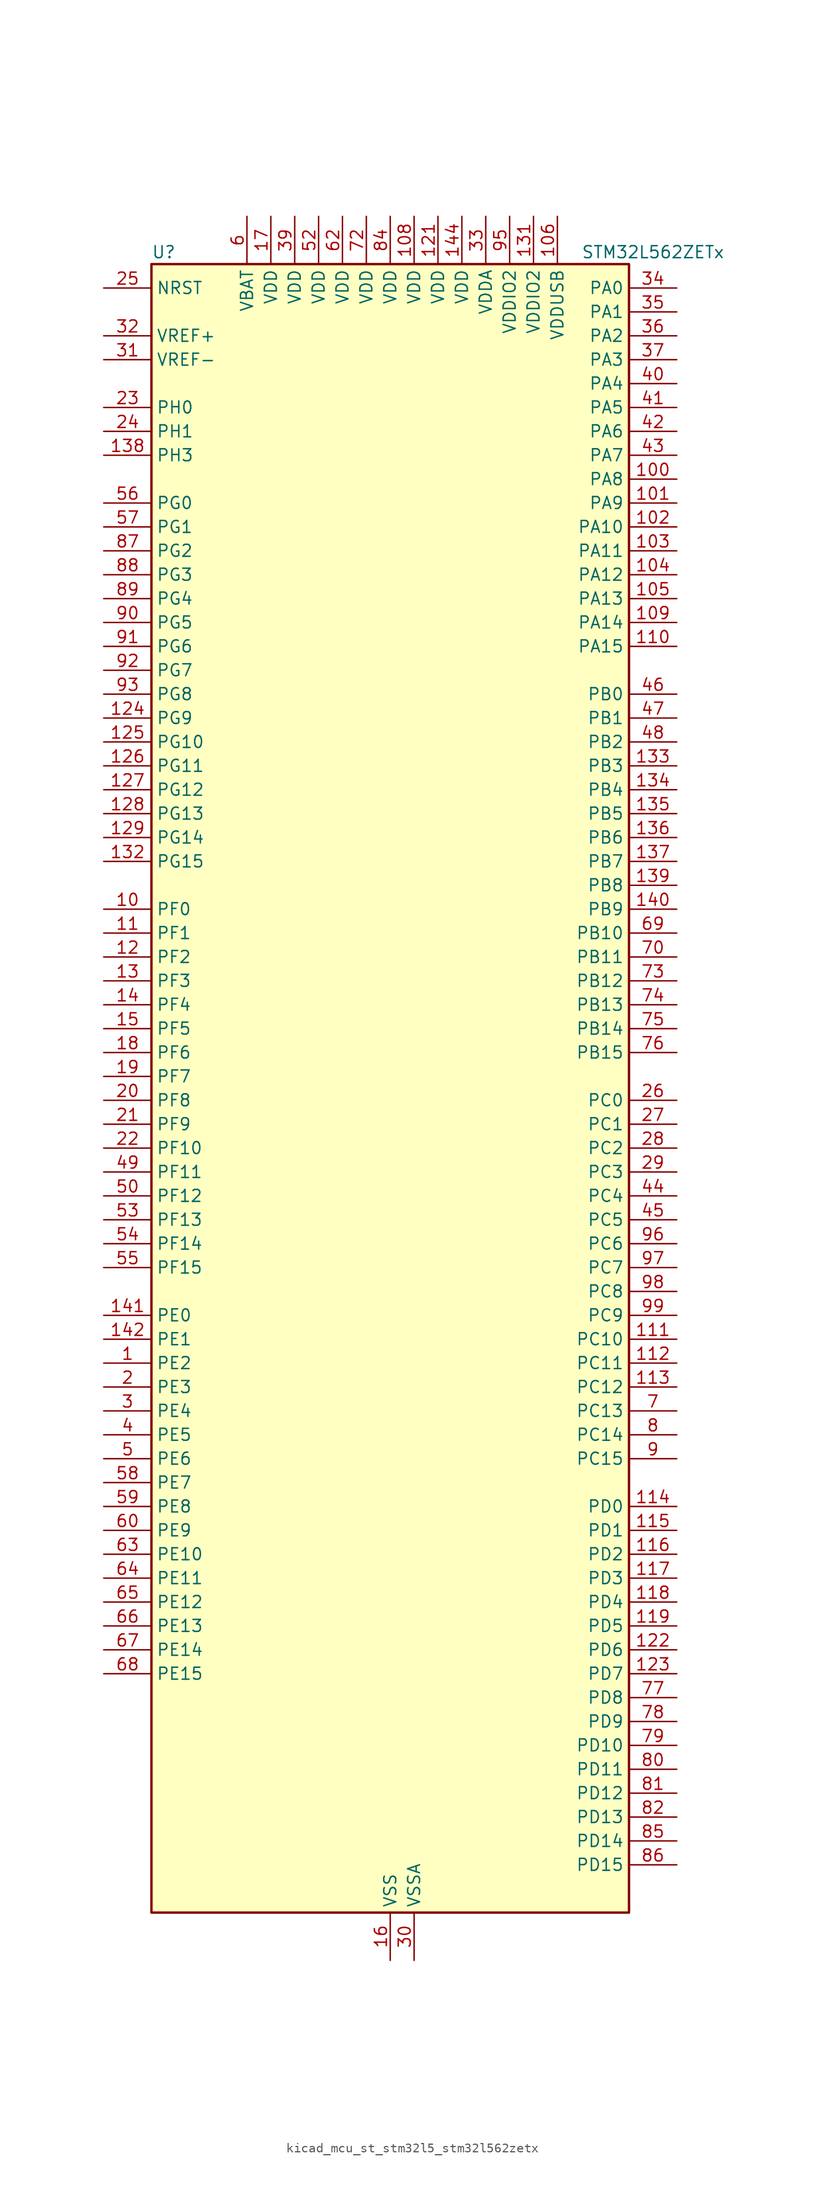
<source format=kicad_sym>
(kicad_symbol_lib
  (version 20220914)
  (generator kicad_symbol_editor)
  (symbol "kicad_mcu_st_stm32l5_stm32l562zetx"
    (property "Reference" "U"
      (at -25.4 90.17 0)
      (effects (font (size 1.27 1.27)) (justify left)))
    (property "Value" "STM32L562ZETx"
      (at 20.32 90.17 0)
      (effects (font (size 1.27 1.27)) (justify left)))
    (property "ki_locked" ""
      (at 0 0 0)
      (effects (font (size 1.27 1.27))))
    (symbol "kicad_mcu_st_stm32l5_stm32l562zetx_0_1"
      (rectangle (start -25.4 -86.36) (end 25.4 88.9) (stroke (width 0.254) (type default)) (fill (type background))))
    (symbol "kicad_mcu_st_stm32l5_stm32l562zetx_1_1"
      (pin bidirectional line (at -30.48 -27.94 0) (length 5.08) (name "PE2" (effects (font (size 1.27 1.27)))) (number "1" (effects (font (size 1.27 1.27)))) (alternate "DEBUG_TRACECLK" bidirectional line) (alternate "FMC_A23" bidirectional line) (alternate "SAI1_CK1" bidirectional line) (alternate "SAI1_MCLK_A" bidirectional line) (alternate "TIM3_ETR" bidirectional line) (alternate "TSC_G7_IO1" bidirectional line))
      (pin bidirectional line (at -30.48 20.32 0) (length 5.08) (name "PF0" (effects (font (size 1.27 1.27)))) (number "10" (effects (font (size 1.27 1.27)))) (alternate "FMC_A0" bidirectional line) (alternate "I2C2_SDA" bidirectional line))
      (pin bidirectional line (at 30.48 66.04 180) (length 5.08) (name "PA8" (effects (font (size 1.27 1.27)))) (number "100" (effects (font (size 1.27 1.27)))) (alternate "LPTIM2_OUT" bidirectional line) (alternate "RCC_MCO" bidirectional line) (alternate "SAI1_CK2" bidirectional line) (alternate "SAI1_SCK_A" bidirectional line) (alternate "TIM1_CH1" bidirectional line) (alternate "USART1_CK" bidirectional line))
      (pin bidirectional line (at 30.48 63.5 180) (length 5.08) (name "PA9" (effects (font (size 1.27 1.27)))) (number "101" (effects (font (size 1.27 1.27)))) (alternate "DAC1_EXTI9" bidirectional line) (alternate "SAI1_FS_A" bidirectional line) (alternate "SPI2_SCK" bidirectional line) (alternate "TIM15_BKIN" bidirectional line) (alternate "TIM1_CH2" bidirectional line) (alternate "USART1_TX" bidirectional line))
      (pin bidirectional line (at 30.48 60.96 180) (length 5.08) (name "PA10" (effects (font (size 1.27 1.27)))) (number "102" (effects (font (size 1.27 1.27)))) (alternate "CRS_SYNC" bidirectional line) (alternate "SAI1_D1" bidirectional line) (alternate "SAI1_SD_A" bidirectional line) (alternate "TIM17_BKIN" bidirectional line) (alternate "TIM1_CH3" bidirectional line) (alternate "USART1_RX" bidirectional line))
      (pin bidirectional line (at 30.48 58.42 180) (length 5.08) (name "PA11" (effects (font (size 1.27 1.27)))) (number "103" (effects (font (size 1.27 1.27)))) (alternate "ADC1_EXTI11" bidirectional line) (alternate "ADC2_EXTI11" bidirectional line) (alternate "FDCAN1_RX" bidirectional line) (alternate "SPI1_MISO" bidirectional line) (alternate "TIM1_BKIN2" bidirectional line) (alternate "TIM1_CH4" bidirectional line) (alternate "USART1_CTS" bidirectional line) (alternate "USART1_NSS" bidirectional line) (alternate "USB_DM" bidirectional line))
      (pin bidirectional line (at 30.48 55.88 180) (length 5.08) (name "PA12" (effects (font (size 1.27 1.27)))) (number "104" (effects (font (size 1.27 1.27)))) (alternate "FDCAN1_TX" bidirectional line) (alternate "SPI1_MOSI" bidirectional line) (alternate "TIM1_ETR" bidirectional line) (alternate "USART1_DE" bidirectional line) (alternate "USART1_RTS" bidirectional line) (alternate "USB_DP" bidirectional line))
      (pin bidirectional line (at 30.48 53.34 180) (length 5.08) (name "PA13" (effects (font (size 1.27 1.27)))) (number "105" (effects (font (size 1.27 1.27)))) (alternate "DEBUG_JTMS-SWDIO" bidirectional line) (alternate "IR_OUT" bidirectional line) (alternate "SAI1_SD_B" bidirectional line) (alternate "USB_NOE" bidirectional line))
      (pin power_in line (at 17.78 93.98 270) (length 5.08) (name "VDDUSB" (effects (font (size 1.27 1.27)))) (number "106" (effects (font (size 1.27 1.27)))))
      (pin passive line (at 0 -91.44 90) (length 5.08) hide (name "VSS" (effects (font (size 1.27 1.27)))) (number "107" (effects (font (size 1.27 1.27)))))
      (pin power_in line (at 2.54 93.98 270) (length 5.08) (name "VDD" (effects (font (size 1.27 1.27)))) (number "108" (effects (font (size 1.27 1.27)))))
      (pin bidirectional line (at 30.48 50.8 180) (length 5.08) (name "PA14" (effects (font (size 1.27 1.27)))) (number "109" (effects (font (size 1.27 1.27)))) (alternate "DEBUG_JTCK-SWCLK" bidirectional line) (alternate "I2C1_SMBA" bidirectional line) (alternate "I2C4_SMBA" bidirectional line) (alternate "LPTIM1_OUT" bidirectional line) (alternate "SAI1_FS_B" bidirectional line))
      (pin bidirectional line (at -30.48 17.78 0) (length 5.08) (name "PF1" (effects (font (size 1.27 1.27)))) (number "11" (effects (font (size 1.27 1.27)))) (alternate "FMC_A1" bidirectional line) (alternate "I2C2_SCL" bidirectional line))
      (pin bidirectional line (at 30.48 48.26 180) (length 5.08) (name "PA15" (effects (font (size 1.27 1.27)))) (number "110" (effects (font (size 1.27 1.27)))) (alternate "ADC1_EXTI15" bidirectional line) (alternate "ADC2_EXTI15" bidirectional line) (alternate "DEBUG_JTDI" bidirectional line) (alternate "SAI2_FS_B" bidirectional line) (alternate "SPI1_NSS" bidirectional line) (alternate "SPI3_NSS" bidirectional line) (alternate "TIM2_CH1" bidirectional line) (alternate "TIM2_ETR" bidirectional line) (alternate "UART4_DE" bidirectional line) (alternate "UART4_RTS" bidirectional line) (alternate "UCPD1_CC1" bidirectional line) (alternate "USART2_RX" bidirectional line) (alternate "USART3_DE" bidirectional line) (alternate "USART3_RTS" bidirectional line))
      (pin bidirectional line (at 30.48 -25.4 180) (length 5.08) (name "PC10" (effects (font (size 1.27 1.27)))) (number "111" (effects (font (size 1.27 1.27)))) (alternate "DEBUG_TRACED1" bidirectional line) (alternate "LPTIM3_ETR" bidirectional line) (alternate "SAI2_SCK_B" bidirectional line) (alternate "SDMMC1_D2" bidirectional line) (alternate "SPI3_SCK" bidirectional line) (alternate "TSC_G3_IO2" bidirectional line) (alternate "UART4_TX" bidirectional line) (alternate "USART3_TX" bidirectional line))
      (pin bidirectional line (at 30.48 -27.94 180) (length 5.08) (name "PC11" (effects (font (size 1.27 1.27)))) (number "112" (effects (font (size 1.27 1.27)))) (alternate "ADC1_EXTI11" bidirectional line) (alternate "ADC2_EXTI11" bidirectional line) (alternate "LPTIM3_IN1" bidirectional line) (alternate "OCTOSPI1_NCS" bidirectional line) (alternate "SAI2_MCLK_B" bidirectional line) (alternate "SDMMC1_D3" bidirectional line) (alternate "SPI3_MISO" bidirectional line) (alternate "TSC_G3_IO3" bidirectional line) (alternate "UART4_RX" bidirectional line) (alternate "UCPD1_FRSTX2" bidirectional line) (alternate "USART3_RX" bidirectional line))
      (pin bidirectional line (at 30.48 -30.48 180) (length 5.08) (name "PC12" (effects (font (size 1.27 1.27)))) (number "113" (effects (font (size 1.27 1.27)))) (alternate "DEBUG_TRACED3" bidirectional line) (alternate "SAI2_SD_B" bidirectional line) (alternate "SDMMC1_CK" bidirectional line) (alternate "SPI3_MOSI" bidirectional line) (alternate "TSC_G3_IO4" bidirectional line) (alternate "UART5_TX" bidirectional line) (alternate "USART3_CK" bidirectional line))
      (pin bidirectional line (at 30.48 -43.18 180) (length 5.08) (name "PD0" (effects (font (size 1.27 1.27)))) (number "114" (effects (font (size 1.27 1.27)))) (alternate "FDCAN1_RX" bidirectional line) (alternate "FMC_D2" bidirectional line) (alternate "FMC_DA2" bidirectional line) (alternate "SPI2_NSS" bidirectional line))
      (pin bidirectional line (at 30.48 -45.72 180) (length 5.08) (name "PD1" (effects (font (size 1.27 1.27)))) (number "115" (effects (font (size 1.27 1.27)))) (alternate "FDCAN1_TX" bidirectional line) (alternate "FMC_D3" bidirectional line) (alternate "FMC_DA3" bidirectional line) (alternate "SPI2_SCK" bidirectional line))
      (pin bidirectional line (at 30.48 -48.26 180) (length 5.08) (name "PD2" (effects (font (size 1.27 1.27)))) (number "116" (effects (font (size 1.27 1.27)))) (alternate "DEBUG_TRACED2" bidirectional line) (alternate "SDMMC1_CMD" bidirectional line) (alternate "TIM3_ETR" bidirectional line) (alternate "TSC_SYNC" bidirectional line) (alternate "UART5_RX" bidirectional line) (alternate "USART3_DE" bidirectional line) (alternate "USART3_RTS" bidirectional line))
      (pin bidirectional line (at 30.48 -50.8 180) (length 5.08) (name "PD3" (effects (font (size 1.27 1.27)))) (number "117" (effects (font (size 1.27 1.27)))) (alternate "DFSDM1_DATIN0" bidirectional line) (alternate "FMC_CLK" bidirectional line) (alternate "SPI2_MISO" bidirectional line) (alternate "SPI2_SCK" bidirectional line) (alternate "USART2_CTS" bidirectional line) (alternate "USART2_NSS" bidirectional line))
      (pin bidirectional line (at 30.48 -53.34 180) (length 5.08) (name "PD4" (effects (font (size 1.27 1.27)))) (number "118" (effects (font (size 1.27 1.27)))) (alternate "DFSDM1_CKIN0" bidirectional line) (alternate "FMC_NOE" bidirectional line) (alternate "OCTOSPI1_IO4" bidirectional line) (alternate "SPI2_MOSI" bidirectional line) (alternate "USART2_DE" bidirectional line) (alternate "USART2_RTS" bidirectional line))
      (pin bidirectional line (at 30.48 -55.88 180) (length 5.08) (name "PD5" (effects (font (size 1.27 1.27)))) (number "119" (effects (font (size 1.27 1.27)))) (alternate "FMC_NWE" bidirectional line) (alternate "OCTOSPI1_IO5" bidirectional line) (alternate "USART2_TX" bidirectional line))
      (pin bidirectional line (at -30.48 15.24 0) (length 5.08) (name "PF2" (effects (font (size 1.27 1.27)))) (number "12" (effects (font (size 1.27 1.27)))) (alternate "FMC_A2" bidirectional line) (alternate "I2C2_SMBA" bidirectional line))
      (pin passive line (at 0 -91.44 90) (length 5.08) hide (name "VSS" (effects (font (size 1.27 1.27)))) (number "120" (effects (font (size 1.27 1.27)))))
      (pin power_in line (at 5.08 93.98 270) (length 5.08) (name "VDD" (effects (font (size 1.27 1.27)))) (number "121" (effects (font (size 1.27 1.27)))))
      (pin bidirectional line (at 30.48 -58.42 180) (length 5.08) (name "PD6" (effects (font (size 1.27 1.27)))) (number "122" (effects (font (size 1.27 1.27)))) (alternate "DFSDM1_DATIN1" bidirectional line) (alternate "FMC_NWAIT" bidirectional line) (alternate "OCTOSPI1_IO6" bidirectional line) (alternate "SAI1_D1" bidirectional line) (alternate "SAI1_SD_A" bidirectional line) (alternate "SPI3_MOSI" bidirectional line) (alternate "USART2_RX" bidirectional line))
      (pin bidirectional line (at 30.48 -60.96 180) (length 5.08) (name "PD7" (effects (font (size 1.27 1.27)))) (number "123" (effects (font (size 1.27 1.27)))) (alternate "DFSDM1_CKIN1" bidirectional line) (alternate "FMC_NCE" bidirectional line) (alternate "FMC_NE1" bidirectional line) (alternate "OCTOSPI1_IO7" bidirectional line) (alternate "USART2_CK" bidirectional line))
      (pin bidirectional line (at -30.48 40.64 0) (length 5.08) (name "PG9" (effects (font (size 1.27 1.27)))) (number "124" (effects (font (size 1.27 1.27)))) (alternate "DAC1_EXTI9" bidirectional line) (alternate "FMC_NCE" bidirectional line) (alternate "FMC_NE2" bidirectional line) (alternate "SAI2_SCK_A" bidirectional line) (alternate "SPI3_SCK" bidirectional line) (alternate "TIM15_CH1N" bidirectional line) (alternate "USART1_TX" bidirectional line))
      (pin bidirectional line (at -30.48 38.1 0) (length 5.08) (name "PG10" (effects (font (size 1.27 1.27)))) (number "125" (effects (font (size 1.27 1.27)))) (alternate "FMC_NE3" bidirectional line) (alternate "LPTIM1_IN1" bidirectional line) (alternate "SAI2_FS_A" bidirectional line) (alternate "SPI3_MISO" bidirectional line) (alternate "TIM15_CH1" bidirectional line) (alternate "USART1_RX" bidirectional line))
      (pin bidirectional line (at -30.48 35.56 0) (length 5.08) (name "PG11" (effects (font (size 1.27 1.27)))) (number "126" (effects (font (size 1.27 1.27)))) (alternate "ADC1_EXTI11" bidirectional line) (alternate "ADC2_EXTI11" bidirectional line) (alternate "LPTIM1_IN2" bidirectional line) (alternate "OCTOSPI1_IO5" bidirectional line) (alternate "SAI2_MCLK_A" bidirectional line) (alternate "SPI3_MOSI" bidirectional line) (alternate "TIM15_CH2" bidirectional line) (alternate "USART1_CTS" bidirectional line) (alternate "USART1_NSS" bidirectional line))
      (pin bidirectional line (at -30.48 33.02 0) (length 5.08) (name "PG12" (effects (font (size 1.27 1.27)))) (number "127" (effects (font (size 1.27 1.27)))) (alternate "FMC_NE4" bidirectional line) (alternate "LPTIM1_ETR" bidirectional line) (alternate "SAI2_SD_A" bidirectional line) (alternate "SPI3_NSS" bidirectional line) (alternate "USART1_DE" bidirectional line) (alternate "USART1_RTS" bidirectional line))
      (pin bidirectional line (at -30.48 30.48 0) (length 5.08) (name "PG13" (effects (font (size 1.27 1.27)))) (number "128" (effects (font (size 1.27 1.27)))) (alternate "FMC_A24" bidirectional line) (alternate "I2C1_SDA" bidirectional line) (alternate "USART1_CK" bidirectional line))
      (pin bidirectional line (at -30.48 27.94 0) (length 5.08) (name "PG14" (effects (font (size 1.27 1.27)))) (number "129" (effects (font (size 1.27 1.27)))) (alternate "FMC_A25" bidirectional line) (alternate "I2C1_SCL" bidirectional line))
      (pin bidirectional line (at -30.48 12.7 0) (length 5.08) (name "PF3" (effects (font (size 1.27 1.27)))) (number "13" (effects (font (size 1.27 1.27)))) (alternate "FMC_A3" bidirectional line) (alternate "LPTIM3_IN1" bidirectional line))
      (pin passive line (at 0 -91.44 90) (length 5.08) hide (name "VSS" (effects (font (size 1.27 1.27)))) (number "130" (effects (font (size 1.27 1.27)))))
      (pin power_in line (at 15.24 93.98 270) (length 5.08) (name "VDDIO2" (effects (font (size 1.27 1.27)))) (number "131" (effects (font (size 1.27 1.27)))))
      (pin bidirectional line (at -30.48 25.4 0) (length 5.08) (name "PG15" (effects (font (size 1.27 1.27)))) (number "132" (effects (font (size 1.27 1.27)))) (alternate "ADC1_EXTI15" bidirectional line) (alternate "ADC2_EXTI15" bidirectional line) (alternate "I2C1_SMBA" bidirectional line) (alternate "LPTIM1_OUT" bidirectional line))
      (pin bidirectional line (at 30.48 35.56 180) (length 5.08) (name "PB3" (effects (font (size 1.27 1.27)))) (number "133" (effects (font (size 1.27 1.27)))) (alternate "COMP2_INM" bidirectional line) (alternate "CRS_SYNC" bidirectional line) (alternate "DEBUG_JTDO-SWO" bidirectional line) (alternate "SAI1_SCK_B" bidirectional line) (alternate "SPI1_SCK" bidirectional line) (alternate "SPI3_SCK" bidirectional line) (alternate "TIM2_CH2" bidirectional line) (alternate "USART1_DE" bidirectional line) (alternate "USART1_RTS" bidirectional line))
      (pin bidirectional line (at 30.48 33.02 180) (length 5.08) (name "PB4" (effects (font (size 1.27 1.27)))) (number "134" (effects (font (size 1.27 1.27)))) (alternate "COMP2_INP" bidirectional line) (alternate "DEBUG_JTRST" bidirectional line) (alternate "I2C3_SDA" bidirectional line) (alternate "SAI1_MCLK_B" bidirectional line) (alternate "SPI1_MISO" bidirectional line) (alternate "SPI3_MISO" bidirectional line) (alternate "TIM17_BKIN" bidirectional line) (alternate "TIM3_CH1" bidirectional line) (alternate "TSC_G2_IO1" bidirectional line) (alternate "UART5_DE" bidirectional line) (alternate "UART5_RTS" bidirectional line) (alternate "USART1_CTS" bidirectional line) (alternate "USART1_NSS" bidirectional line))
      (pin bidirectional line (at 30.48 30.48 180) (length 5.08) (name "PB5" (effects (font (size 1.27 1.27)))) (number "135" (effects (font (size 1.27 1.27)))) (alternate "COMP2_OUT" bidirectional line) (alternate "I2C1_SMBA" bidirectional line) (alternate "LPTIM1_IN1" bidirectional line) (alternate "OCTOSPI1_NCLK" bidirectional line) (alternate "SAI1_SD_B" bidirectional line) (alternate "SPI1_MOSI" bidirectional line) (alternate "SPI3_MOSI" bidirectional line) (alternate "TIM16_BKIN" bidirectional line) (alternate "TIM3_CH2" bidirectional line) (alternate "TSC_G2_IO2" bidirectional line) (alternate "UART5_CTS" bidirectional line) (alternate "UCPD1_DBCC1" bidirectional line) (alternate "USART1_CK" bidirectional line))
      (pin bidirectional line (at 30.48 27.94 180) (length 5.08) (name "PB6" (effects (font (size 1.27 1.27)))) (number "136" (effects (font (size 1.27 1.27)))) (alternate "COMP2_INP" bidirectional line) (alternate "I2C1_SCL" bidirectional line) (alternate "I2C4_SCL" bidirectional line) (alternate "LPTIM1_ETR" bidirectional line) (alternate "SAI1_FS_B" bidirectional line) (alternate "TIM16_CH1N" bidirectional line) (alternate "TIM4_CH1" bidirectional line) (alternate "TIM8_BKIN2" bidirectional line) (alternate "TSC_G2_IO3" bidirectional line) (alternate "USART1_TX" bidirectional line))
      (pin bidirectional line (at 30.48 25.4 180) (length 5.08) (name "PB7" (effects (font (size 1.27 1.27)))) (number "137" (effects (font (size 1.27 1.27)))) (alternate "COMP2_INM" bidirectional line) (alternate "FMC_NL" bidirectional line) (alternate "I2C1_SDA" bidirectional line) (alternate "I2C4_SDA" bidirectional line) (alternate "LPTIM1_IN2" bidirectional line) (alternate "PWR_PVD_IN" bidirectional line) (alternate "TIM17_CH1N" bidirectional line) (alternate "TIM4_CH2" bidirectional line) (alternate "TIM8_BKIN" bidirectional line) (alternate "TSC_G2_IO4" bidirectional line) (alternate "UART4_CTS" bidirectional line) (alternate "USART1_RX" bidirectional line))
      (pin bidirectional line (at -30.48 68.58 0) (length 5.08) (name "PH3" (effects (font (size 1.27 1.27)))) (number "138" (effects (font (size 1.27 1.27)))))
      (pin bidirectional line (at 30.48 22.86 180) (length 5.08) (name "PB8" (effects (font (size 1.27 1.27)))) (number "139" (effects (font (size 1.27 1.27)))) (alternate "DFSDM1_CKOUT" bidirectional line) (alternate "FDCAN1_RX" bidirectional line) (alternate "I2C1_SCL" bidirectional line) (alternate "SAI1_CK1" bidirectional line) (alternate "SAI1_MCLK_A" bidirectional line) (alternate "SDMMC1_CKIN" bidirectional line) (alternate "SDMMC1_D4" bidirectional line) (alternate "TIM16_CH1" bidirectional line) (alternate "TIM4_CH3" bidirectional line))
      (pin bidirectional line (at -30.48 10.16 0) (length 5.08) (name "PF4" (effects (font (size 1.27 1.27)))) (number "14" (effects (font (size 1.27 1.27)))) (alternate "FMC_A4" bidirectional line) (alternate "LPTIM3_ETR" bidirectional line))
      (pin bidirectional line (at 30.48 20.32 180) (length 5.08) (name "PB9" (effects (font (size 1.27 1.27)))) (number "140" (effects (font (size 1.27 1.27)))) (alternate "DAC1_EXTI9" bidirectional line) (alternate "FDCAN1_TX" bidirectional line) (alternate "I2C1_SDA" bidirectional line) (alternate "IR_OUT" bidirectional line) (alternate "SAI1_D2" bidirectional line) (alternate "SAI1_FS_A" bidirectional line) (alternate "SDMMC1_CDIR" bidirectional line) (alternate "SDMMC1_D5" bidirectional line) (alternate "SPI2_NSS" bidirectional line) (alternate "TIM17_CH1" bidirectional line) (alternate "TIM4_CH4" bidirectional line))
      (pin bidirectional line (at -30.48 -22.86 0) (length 5.08) (name "PE0" (effects (font (size 1.27 1.27)))) (number "141" (effects (font (size 1.27 1.27)))) (alternate "FMC_NBL0" bidirectional line) (alternate "TIM16_CH1" bidirectional line) (alternate "TIM4_ETR" bidirectional line))
      (pin bidirectional line (at -30.48 -25.4 0) (length 5.08) (name "PE1" (effects (font (size 1.27 1.27)))) (number "142" (effects (font (size 1.27 1.27)))) (alternate "FMC_NBL1" bidirectional line) (alternate "TIM17_CH1" bidirectional line))
      (pin passive line (at 0 -91.44 90) (length 5.08) hide (name "VSS" (effects (font (size 1.27 1.27)))) (number "143" (effects (font (size 1.27 1.27)))))
      (pin power_in line (at 7.62 93.98 270) (length 5.08) (name "VDD" (effects (font (size 1.27 1.27)))) (number "144" (effects (font (size 1.27 1.27)))))
      (pin bidirectional line (at -30.48 7.62 0) (length 5.08) (name "PF5" (effects (font (size 1.27 1.27)))) (number "15" (effects (font (size 1.27 1.27)))) (alternate "FMC_A5" bidirectional line) (alternate "LPTIM3_OUT" bidirectional line))
      (pin power_in line (at 0 -91.44 90) (length 5.08) (name "VSS" (effects (font (size 1.27 1.27)))) (number "16" (effects (font (size 1.27 1.27)))))
      (pin power_in line (at -12.7 93.98 270) (length 5.08) (name "VDD" (effects (font (size 1.27 1.27)))) (number "17" (effects (font (size 1.27 1.27)))))
      (pin bidirectional line (at -30.48 5.08 0) (length 5.08) (name "PF6" (effects (font (size 1.27 1.27)))) (number "18" (effects (font (size 1.27 1.27)))) (alternate "OCTOSPI1_IO3" bidirectional line) (alternate "SAI1_SD_B" bidirectional line) (alternate "TIM5_CH1" bidirectional line) (alternate "TIM5_ETR" bidirectional line))
      (pin bidirectional line (at -30.48 2.54 0) (length 5.08) (name "PF7" (effects (font (size 1.27 1.27)))) (number "19" (effects (font (size 1.27 1.27)))) (alternate "OCTOSPI1_IO2" bidirectional line) (alternate "SAI1_MCLK_B" bidirectional line) (alternate "TAMP_IN6" bidirectional line) (alternate "TAMP_OUT3" bidirectional line) (alternate "TIM5_CH2" bidirectional line))
      (pin bidirectional line (at -30.48 -30.48 0) (length 5.08) (name "PE3" (effects (font (size 1.27 1.27)))) (number "2" (effects (font (size 1.27 1.27)))) (alternate "DEBUG_TRACED0" bidirectional line) (alternate "FMC_A19" bidirectional line) (alternate "OCTOSPI1_DQS" bidirectional line) (alternate "SAI1_SD_B" bidirectional line) (alternate "TIM3_CH1" bidirectional line) (alternate "TSC_G7_IO2" bidirectional line))
      (pin bidirectional line (at -30.48 0 0) (length 5.08) (name "PF8" (effects (font (size 1.27 1.27)))) (number "20" (effects (font (size 1.27 1.27)))) (alternate "OCTOSPI1_IO0" bidirectional line) (alternate "SAI1_SCK_B" bidirectional line) (alternate "TAMP_IN7" bidirectional line) (alternate "TAMP_OUT8" bidirectional line) (alternate "TIM5_CH3" bidirectional line))
      (pin bidirectional line (at -30.48 -2.54 0) (length 5.08) (name "PF9" (effects (font (size 1.27 1.27)))) (number "21" (effects (font (size 1.27 1.27)))) (alternate "DAC1_EXTI9" bidirectional line) (alternate "OCTOSPI1_IO1" bidirectional line) (alternate "SAI1_FS_B" bidirectional line) (alternate "TAMP_IN8" bidirectional line) (alternate "TAMP_OUT7" bidirectional line) (alternate "TIM15_CH1" bidirectional line) (alternate "TIM5_CH4" bidirectional line))
      (pin bidirectional line (at -30.48 -5.08 0) (length 5.08) (name "PF10" (effects (font (size 1.27 1.27)))) (number "22" (effects (font (size 1.27 1.27)))) (alternate "DFSDM1_CKOUT" bidirectional line) (alternate "OCTOSPI1_CLK" bidirectional line) (alternate "SAI1_D3" bidirectional line) (alternate "TIM15_CH2" bidirectional line))
      (pin bidirectional line (at -30.48 73.66 0) (length 5.08) (name "PH0" (effects (font (size 1.27 1.27)))) (number "23" (effects (font (size 1.27 1.27)))) (alternate "RCC_OSC_IN" bidirectional line))
      (pin bidirectional line (at -30.48 71.12 0) (length 5.08) (name "PH1" (effects (font (size 1.27 1.27)))) (number "24" (effects (font (size 1.27 1.27)))) (alternate "RCC_OSC_OUT" bidirectional line))
      (pin input line (at -30.48 86.36 0) (length 5.08) (name "NRST" (effects (font (size 1.27 1.27)))) (number "25" (effects (font (size 1.27 1.27)))))
      (pin bidirectional line (at 30.48 0 180) (length 5.08) (name "PC0" (effects (font (size 1.27 1.27)))) (number "26" (effects (font (size 1.27 1.27)))) (alternate "ADC1_IN1" bidirectional line) (alternate "ADC2_IN1" bidirectional line) (alternate "I2C3_SCL" bidirectional line) (alternate "LPTIM1_IN1" bidirectional line) (alternate "LPTIM2_IN1" bidirectional line) (alternate "LPUART1_RX" bidirectional line) (alternate "OCTOSPI1_IO7" bidirectional line) (alternate "SAI2_FS_A" bidirectional line) (alternate "SDMMC1_D5" bidirectional line))
      (pin bidirectional line (at 30.48 -2.54 180) (length 5.08) (name "PC1" (effects (font (size 1.27 1.27)))) (number "27" (effects (font (size 1.27 1.27)))) (alternate "ADC1_IN2" bidirectional line) (alternate "ADC2_IN2" bidirectional line) (alternate "DEBUG_TRACED0" bidirectional line) (alternate "I2C3_SDA" bidirectional line) (alternate "LPTIM1_OUT" bidirectional line) (alternate "LPUART1_TX" bidirectional line) (alternate "OCTOSPI1_IO4" bidirectional line) (alternate "SAI1_SD_A" bidirectional line) (alternate "SPI2_MOSI" bidirectional line))
      (pin bidirectional line (at 30.48 -5.08 180) (length 5.08) (name "PC2" (effects (font (size 1.27 1.27)))) (number "28" (effects (font (size 1.27 1.27)))) (alternate "ADC1_IN3" bidirectional line) (alternate "ADC2_IN3" bidirectional line) (alternate "DFSDM1_CKOUT" bidirectional line) (alternate "LPTIM1_IN2" bidirectional line) (alternate "OCTOSPI1_IO5" bidirectional line) (alternate "SPI2_MISO" bidirectional line))
      (pin bidirectional line (at 30.48 -7.62 180) (length 5.08) (name "PC3" (effects (font (size 1.27 1.27)))) (number "29" (effects (font (size 1.27 1.27)))) (alternate "ADC1_IN4" bidirectional line) (alternate "ADC2_IN4" bidirectional line) (alternate "LPTIM1_ETR" bidirectional line) (alternate "LPTIM2_ETR" bidirectional line) (alternate "LPTIM3_OUT" bidirectional line) (alternate "OCTOSPI1_IO6" bidirectional line) (alternate "SAI1_D1" bidirectional line) (alternate "SAI1_SD_A" bidirectional line) (alternate "SPI2_MOSI" bidirectional line))
      (pin bidirectional line (at -30.48 -33.02 0) (length 5.08) (name "PE4" (effects (font (size 1.27 1.27)))) (number "3" (effects (font (size 1.27 1.27)))) (alternate "DEBUG_TRACED1" bidirectional line) (alternate "DFSDM1_DATIN3" bidirectional line) (alternate "FMC_A20" bidirectional line) (alternate "SAI1_D2" bidirectional line) (alternate "SAI1_FS_A" bidirectional line) (alternate "TIM3_CH2" bidirectional line) (alternate "TSC_G7_IO3" bidirectional line))
      (pin power_in line (at 2.54 -91.44 90) (length 5.08) (name "VSSA" (effects (font (size 1.27 1.27)))) (number "30" (effects (font (size 1.27 1.27)))))
      (pin input line (at -30.48 78.74 0) (length 5.08) (name "VREF-" (effects (font (size 1.27 1.27)))) (number "31" (effects (font (size 1.27 1.27)))))
      (pin input line (at -30.48 81.28 0) (length 5.08) (name "VREF+" (effects (font (size 1.27 1.27)))) (number "32" (effects (font (size 1.27 1.27)))))
      (pin power_in line (at 10.16 93.98 270) (length 5.08) (name "VDDA" (effects (font (size 1.27 1.27)))) (number "33" (effects (font (size 1.27 1.27)))))
      (pin bidirectional line (at 30.48 86.36 180) (length 5.08) (name "PA0" (effects (font (size 1.27 1.27)))) (number "34" (effects (font (size 1.27 1.27)))) (alternate "ADC1_IN5" bidirectional line) (alternate "ADC2_IN5" bidirectional line) (alternate "OPAMP1_VINP" bidirectional line) (alternate "PWR_WKUP1" bidirectional line) (alternate "SAI1_EXTCLK" bidirectional line) (alternate "TAMP_IN2" bidirectional line) (alternate "TAMP_OUT1" bidirectional line) (alternate "TIM2_CH1" bidirectional line) (alternate "TIM2_ETR" bidirectional line) (alternate "TIM5_CH1" bidirectional line) (alternate "TIM8_ETR" bidirectional line) (alternate "UART4_TX" bidirectional line) (alternate "USART2_CTS" bidirectional line) (alternate "USART2_NSS" bidirectional line))
      (pin bidirectional line (at 30.48 83.82 180) (length 5.08) (name "PA1" (effects (font (size 1.27 1.27)))) (number "35" (effects (font (size 1.27 1.27)))) (alternate "ADC1_IN6" bidirectional line) (alternate "ADC2_IN6" bidirectional line) (alternate "I2C1_SMBA" bidirectional line) (alternate "OCTOSPI1_DQS" bidirectional line) (alternate "OPAMP1_VINM" bidirectional line) (alternate "SPI1_SCK" bidirectional line) (alternate "TAMP_IN5" bidirectional line) (alternate "TAMP_OUT4" bidirectional line) (alternate "TIM15_CH1N" bidirectional line) (alternate "TIM2_CH2" bidirectional line) (alternate "TIM5_CH2" bidirectional line) (alternate "UART4_RX" bidirectional line) (alternate "USART2_DE" bidirectional line) (alternate "USART2_RTS" bidirectional line))
      (pin bidirectional line (at 30.48 81.28 180) (length 5.08) (name "PA2" (effects (font (size 1.27 1.27)))) (number "36" (effects (font (size 1.27 1.27)))) (alternate "ADC1_IN7" bidirectional line) (alternate "ADC2_IN7" bidirectional line) (alternate "COMP1_INP" bidirectional line) (alternate "LPUART1_TX" bidirectional line) (alternate "OCTOSPI1_NCS" bidirectional line) (alternate "PWR_WKUP4" bidirectional line) (alternate "RCC_LSCO" bidirectional line) (alternate "SAI2_EXTCLK" bidirectional line) (alternate "TIM15_CH1" bidirectional line) (alternate "TIM2_CH3" bidirectional line) (alternate "TIM5_CH3" bidirectional line) (alternate "UCPD1_FRSTX1" bidirectional line) (alternate "USART2_TX" bidirectional line))
      (pin bidirectional line (at 30.48 78.74 180) (length 5.08) (name "PA3" (effects (font (size 1.27 1.27)))) (number "37" (effects (font (size 1.27 1.27)))) (alternate "ADC1_IN8" bidirectional line) (alternate "ADC2_IN8" bidirectional line) (alternate "LPUART1_RX" bidirectional line) (alternate "OCTOSPI1_CLK" bidirectional line) (alternate "OPAMP1_VOUT" bidirectional line) (alternate "SAI1_CK1" bidirectional line) (alternate "SAI1_MCLK_A" bidirectional line) (alternate "TIM15_CH2" bidirectional line) (alternate "TIM2_CH4" bidirectional line) (alternate "TIM5_CH4" bidirectional line) (alternate "USART2_RX" bidirectional line))
      (pin passive line (at 0 -91.44 90) (length 5.08) hide (name "VSS" (effects (font (size 1.27 1.27)))) (number "38" (effects (font (size 1.27 1.27)))))
      (pin power_in line (at -10.16 93.98 270) (length 5.08) (name "VDD" (effects (font (size 1.27 1.27)))) (number "39" (effects (font (size 1.27 1.27)))))
      (pin bidirectional line (at -30.48 -35.56 0) (length 5.08) (name "PE5" (effects (font (size 1.27 1.27)))) (number "4" (effects (font (size 1.27 1.27)))) (alternate "DEBUG_TRACED2" bidirectional line) (alternate "DFSDM1_CKIN3" bidirectional line) (alternate "FMC_A21" bidirectional line) (alternate "SAI1_CK2" bidirectional line) (alternate "SAI1_SCK_A" bidirectional line) (alternate "TIM3_CH3" bidirectional line) (alternate "TSC_G7_IO4" bidirectional line))
      (pin bidirectional line (at 30.48 76.2 180) (length 5.08) (name "PA4" (effects (font (size 1.27 1.27)))) (number "40" (effects (font (size 1.27 1.27)))) (alternate "ADC1_IN9" bidirectional line) (alternate "ADC2_IN9" bidirectional line) (alternate "DAC1_OUT1" bidirectional line) (alternate "LPTIM2_OUT" bidirectional line) (alternate "OCTOSPI1_NCS" bidirectional line) (alternate "SAI1_FS_B" bidirectional line) (alternate "SPI1_NSS" bidirectional line) (alternate "SPI3_NSS" bidirectional line) (alternate "USART2_CK" bidirectional line))
      (pin bidirectional line (at 30.48 73.66 180) (length 5.08) (name "PA5" (effects (font (size 1.27 1.27)))) (number "41" (effects (font (size 1.27 1.27)))) (alternate "ADC1_IN10" bidirectional line) (alternate "ADC2_IN10" bidirectional line) (alternate "DAC1_OUT2" bidirectional line) (alternate "LPTIM2_ETR" bidirectional line) (alternate "SPI1_SCK" bidirectional line) (alternate "TIM2_CH1" bidirectional line) (alternate "TIM2_ETR" bidirectional line) (alternate "TIM8_CH1N" bidirectional line))
      (pin bidirectional line (at 30.48 71.12 180) (length 5.08) (name "PA6" (effects (font (size 1.27 1.27)))) (number "42" (effects (font (size 1.27 1.27)))) (alternate "ADC1_IN11" bidirectional line) (alternate "ADC2_IN11" bidirectional line) (alternate "LPUART1_CTS" bidirectional line) (alternate "OCTOSPI1_IO3" bidirectional line) (alternate "OPAMP2_VINP" bidirectional line) (alternate "SPI1_MISO" bidirectional line) (alternate "TIM16_CH1" bidirectional line) (alternate "TIM1_BKIN" bidirectional line) (alternate "TIM3_CH1" bidirectional line) (alternate "TIM8_BKIN" bidirectional line) (alternate "USART3_CTS" bidirectional line) (alternate "USART3_NSS" bidirectional line))
      (pin bidirectional line (at 30.48 68.58 180) (length 5.08) (name "PA7" (effects (font (size 1.27 1.27)))) (number "43" (effects (font (size 1.27 1.27)))) (alternate "ADC1_IN12" bidirectional line) (alternate "ADC2_IN12" bidirectional line) (alternate "I2C3_SCL" bidirectional line) (alternate "OCTOSPI1_IO2" bidirectional line) (alternate "OPAMP2_VINM" bidirectional line) (alternate "SPI1_MOSI" bidirectional line) (alternate "TIM17_CH1" bidirectional line) (alternate "TIM1_CH1N" bidirectional line) (alternate "TIM3_CH2" bidirectional line) (alternate "TIM8_CH1N" bidirectional line))
      (pin bidirectional line (at 30.48 -10.16 180) (length 5.08) (name "PC4" (effects (font (size 1.27 1.27)))) (number "44" (effects (font (size 1.27 1.27)))) (alternate "ADC1_IN13" bidirectional line) (alternate "ADC2_IN13" bidirectional line) (alternate "COMP1_INM" bidirectional line) (alternate "OCTOSPI1_IO7" bidirectional line) (alternate "USART3_TX" bidirectional line))
      (pin bidirectional line (at 30.48 -12.7 180) (length 5.08) (name "PC5" (effects (font (size 1.27 1.27)))) (number "45" (effects (font (size 1.27 1.27)))) (alternate "ADC1_IN14" bidirectional line) (alternate "ADC2_IN14" bidirectional line) (alternate "COMP1_INP" bidirectional line) (alternate "PWR_WKUP5" bidirectional line) (alternate "SAI1_D3" bidirectional line) (alternate "TAMP_IN4" bidirectional line) (alternate "TAMP_OUT5" bidirectional line) (alternate "USART3_RX" bidirectional line))
      (pin bidirectional line (at 30.48 43.18 180) (length 5.08) (name "PB0" (effects (font (size 1.27 1.27)))) (number "46" (effects (font (size 1.27 1.27)))) (alternate "ADC1_IN15" bidirectional line) (alternate "ADC2_IN15" bidirectional line) (alternate "COMP1_OUT" bidirectional line) (alternate "OCTOSPI1_IO1" bidirectional line) (alternate "OPAMP2_VOUT" bidirectional line) (alternate "SAI1_EXTCLK" bidirectional line) (alternate "SPI1_NSS" bidirectional line) (alternate "TIM1_CH2N" bidirectional line) (alternate "TIM3_CH3" bidirectional line) (alternate "TIM8_CH2N" bidirectional line) (alternate "USART3_CK" bidirectional line))
      (pin bidirectional line (at 30.48 40.64 180) (length 5.08) (name "PB1" (effects (font (size 1.27 1.27)))) (number "47" (effects (font (size 1.27 1.27)))) (alternate "ADC1_IN16" bidirectional line) (alternate "ADC2_IN16" bidirectional line) (alternate "COMP1_INM" bidirectional line) (alternate "DFSDM1_DATIN0" bidirectional line) (alternate "LPTIM2_IN1" bidirectional line) (alternate "LPUART1_DE" bidirectional line) (alternate "LPUART1_RTS" bidirectional line) (alternate "OCTOSPI1_IO0" bidirectional line) (alternate "TIM1_CH3N" bidirectional line) (alternate "TIM3_CH4" bidirectional line) (alternate "TIM8_CH3N" bidirectional line) (alternate "USART3_DE" bidirectional line) (alternate "USART3_RTS" bidirectional line))
      (pin bidirectional line (at 30.48 38.1 180) (length 5.08) (name "PB2" (effects (font (size 1.27 1.27)))) (number "48" (effects (font (size 1.27 1.27)))) (alternate "COMP1_INP" bidirectional line) (alternate "DFSDM1_CKIN0" bidirectional line) (alternate "I2C3_SMBA" bidirectional line) (alternate "LPTIM1_OUT" bidirectional line) (alternate "OCTOSPI1_DQS" bidirectional line) (alternate "RTC_OUT2" bidirectional line) (alternate "UCPD1_FRSTX1" bidirectional line))
      (pin bidirectional line (at -30.48 -7.62 0) (length 5.08) (name "PF11" (effects (font (size 1.27 1.27)))) (number "49" (effects (font (size 1.27 1.27)))) (alternate "ADC1_EXTI11" bidirectional line) (alternate "ADC2_EXTI11" bidirectional line) (alternate "OCTOSPI1_NCLK" bidirectional line))
      (pin bidirectional line (at -30.48 -38.1 0) (length 5.08) (name "PE6" (effects (font (size 1.27 1.27)))) (number "5" (effects (font (size 1.27 1.27)))) (alternate "DEBUG_TRACED3" bidirectional line) (alternate "FMC_A22" bidirectional line) (alternate "PWR_WKUP3" bidirectional line) (alternate "SAI1_D1" bidirectional line) (alternate "SAI1_SD_A" bidirectional line) (alternate "TAMP_IN3" bidirectional line) (alternate "TAMP_OUT6" bidirectional line) (alternate "TIM3_CH4" bidirectional line))
      (pin bidirectional line (at -30.48 -10.16 0) (length 5.08) (name "PF12" (effects (font (size 1.27 1.27)))) (number "50" (effects (font (size 1.27 1.27)))) (alternate "FMC_A6" bidirectional line))
      (pin passive line (at 0 -91.44 90) (length 5.08) hide (name "VSS" (effects (font (size 1.27 1.27)))) (number "51" (effects (font (size 1.27 1.27)))))
      (pin power_in line (at -7.62 93.98 270) (length 5.08) (name "VDD" (effects (font (size 1.27 1.27)))) (number "52" (effects (font (size 1.27 1.27)))))
      (pin bidirectional line (at -30.48 -12.7 0) (length 5.08) (name "PF13" (effects (font (size 1.27 1.27)))) (number "53" (effects (font (size 1.27 1.27)))) (alternate "FMC_A7" bidirectional line) (alternate "I2C4_SMBA" bidirectional line))
      (pin bidirectional line (at -30.48 -15.24 0) (length 5.08) (name "PF14" (effects (font (size 1.27 1.27)))) (number "54" (effects (font (size 1.27 1.27)))) (alternate "FMC_A8" bidirectional line) (alternate "I2C4_SCL" bidirectional line) (alternate "TSC_G8_IO1" bidirectional line))
      (pin bidirectional line (at -30.48 -17.78 0) (length 5.08) (name "PF15" (effects (font (size 1.27 1.27)))) (number "55" (effects (font (size 1.27 1.27)))) (alternate "ADC1_EXTI15" bidirectional line) (alternate "ADC2_EXTI15" bidirectional line) (alternate "FMC_A9" bidirectional line) (alternate "I2C4_SDA" bidirectional line) (alternate "TSC_G8_IO2" bidirectional line))
      (pin bidirectional line (at -30.48 63.5 0) (length 5.08) (name "PG0" (effects (font (size 1.27 1.27)))) (number "56" (effects (font (size 1.27 1.27)))) (alternate "FMC_A10" bidirectional line) (alternate "TSC_G8_IO3" bidirectional line))
      (pin bidirectional line (at -30.48 60.96 0) (length 5.08) (name "PG1" (effects (font (size 1.27 1.27)))) (number "57" (effects (font (size 1.27 1.27)))) (alternate "FMC_A11" bidirectional line) (alternate "TSC_G8_IO4" bidirectional line))
      (pin bidirectional line (at -30.48 -40.64 0) (length 5.08) (name "PE7" (effects (font (size 1.27 1.27)))) (number "58" (effects (font (size 1.27 1.27)))) (alternate "DFSDM1_DATIN2" bidirectional line) (alternate "FMC_D4" bidirectional line) (alternate "FMC_DA4" bidirectional line) (alternate "SAI1_SD_B" bidirectional line) (alternate "TIM1_ETR" bidirectional line))
      (pin bidirectional line (at -30.48 -43.18 0) (length 5.08) (name "PE8" (effects (font (size 1.27 1.27)))) (number "59" (effects (font (size 1.27 1.27)))) (alternate "DFSDM1_CKIN2" bidirectional line) (alternate "FMC_D5" bidirectional line) (alternate "FMC_DA5" bidirectional line) (alternate "SAI1_SCK_B" bidirectional line) (alternate "TIM1_CH1N" bidirectional line))
      (pin power_in line (at -15.24 93.98 270) (length 5.08) (name "VBAT" (effects (font (size 1.27 1.27)))) (number "6" (effects (font (size 1.27 1.27)))))
      (pin bidirectional line (at -30.48 -45.72 0) (length 5.08) (name "PE9" (effects (font (size 1.27 1.27)))) (number "60" (effects (font (size 1.27 1.27)))) (alternate "DAC1_EXTI9" bidirectional line) (alternate "DFSDM1_CKOUT" bidirectional line) (alternate "FMC_D6" bidirectional line) (alternate "FMC_DA6" bidirectional line) (alternate "OCTOSPI1_NCLK" bidirectional line) (alternate "SAI1_FS_B" bidirectional line) (alternate "TIM1_CH1" bidirectional line))
      (pin passive line (at 0 -91.44 90) (length 5.08) hide (name "VSS" (effects (font (size 1.27 1.27)))) (number "61" (effects (font (size 1.27 1.27)))))
      (pin power_in line (at -5.08 93.98 270) (length 5.08) (name "VDD" (effects (font (size 1.27 1.27)))) (number "62" (effects (font (size 1.27 1.27)))))
      (pin bidirectional line (at -30.48 -48.26 0) (length 5.08) (name "PE10" (effects (font (size 1.27 1.27)))) (number "63" (effects (font (size 1.27 1.27)))) (alternate "FMC_D7" bidirectional line) (alternate "FMC_DA7" bidirectional line) (alternate "OCTOSPI1_CLK" bidirectional line) (alternate "SAI1_MCLK_B" bidirectional line) (alternate "TIM1_CH2N" bidirectional line) (alternate "TSC_G5_IO1" bidirectional line))
      (pin bidirectional line (at -30.48 -50.8 0) (length 5.08) (name "PE11" (effects (font (size 1.27 1.27)))) (number "64" (effects (font (size 1.27 1.27)))) (alternate "ADC1_EXTI11" bidirectional line) (alternate "ADC2_EXTI11" bidirectional line) (alternate "FMC_D8" bidirectional line) (alternate "FMC_DA8" bidirectional line) (alternate "OCTOSPI1_NCS" bidirectional line) (alternate "TIM1_CH2" bidirectional line) (alternate "TSC_G5_IO2" bidirectional line))
      (pin bidirectional line (at -30.48 -53.34 0) (length 5.08) (name "PE12" (effects (font (size 1.27 1.27)))) (number "65" (effects (font (size 1.27 1.27)))) (alternate "FMC_D9" bidirectional line) (alternate "FMC_DA9" bidirectional line) (alternate "OCTOSPI1_IO0" bidirectional line) (alternate "SPI1_NSS" bidirectional line) (alternate "TIM1_CH3N" bidirectional line) (alternate "TSC_G5_IO3" bidirectional line))
      (pin bidirectional line (at -30.48 -55.88 0) (length 5.08) (name "PE13" (effects (font (size 1.27 1.27)))) (number "66" (effects (font (size 1.27 1.27)))) (alternate "FMC_D10" bidirectional line) (alternate "FMC_DA10" bidirectional line) (alternate "OCTOSPI1_IO1" bidirectional line) (alternate "SPI1_SCK" bidirectional line) (alternate "TIM1_CH3" bidirectional line) (alternate "TSC_G5_IO4" bidirectional line))
      (pin bidirectional line (at -30.48 -58.42 0) (length 5.08) (name "PE14" (effects (font (size 1.27 1.27)))) (number "67" (effects (font (size 1.27 1.27)))) (alternate "FMC_D11" bidirectional line) (alternate "FMC_DA11" bidirectional line) (alternate "OCTOSPI1_IO2" bidirectional line) (alternate "SPI1_MISO" bidirectional line) (alternate "TIM1_BKIN2" bidirectional line) (alternate "TIM1_CH4" bidirectional line))
      (pin bidirectional line (at -30.48 -60.96 0) (length 5.08) (name "PE15" (effects (font (size 1.27 1.27)))) (number "68" (effects (font (size 1.27 1.27)))) (alternate "ADC1_EXTI15" bidirectional line) (alternate "ADC2_EXTI15" bidirectional line) (alternate "FMC_D12" bidirectional line) (alternate "FMC_DA12" bidirectional line) (alternate "OCTOSPI1_IO3" bidirectional line) (alternate "SPI1_MOSI" bidirectional line) (alternate "TIM1_BKIN" bidirectional line))
      (pin bidirectional line (at 30.48 17.78 180) (length 5.08) (name "PB10" (effects (font (size 1.27 1.27)))) (number "69" (effects (font (size 1.27 1.27)))) (alternate "COMP1_OUT" bidirectional line) (alternate "I2C2_SCL" bidirectional line) (alternate "I2C4_SCL" bidirectional line) (alternate "LPTIM3_OUT" bidirectional line) (alternate "LPUART1_RX" bidirectional line) (alternate "OCTOSPI1_CLK" bidirectional line) (alternate "SAI1_SCK_A" bidirectional line) (alternate "SPI2_SCK" bidirectional line) (alternate "TIM2_CH3" bidirectional line) (alternate "TSC_SYNC" bidirectional line) (alternate "USART3_TX" bidirectional line))
      (pin bidirectional line (at 30.48 -33.02 180) (length 5.08) (name "PC13" (effects (font (size 1.27 1.27)))) (number "7" (effects (font (size 1.27 1.27)))) (alternate "PWR_WKUP2" bidirectional line) (alternate "RTC_OUT1" bidirectional line) (alternate "RTC_TS" bidirectional line) (alternate "TAMP_IN1" bidirectional line) (alternate "TAMP_OUT2" bidirectional line))
      (pin bidirectional line (at 30.48 15.24 180) (length 5.08) (name "PB11" (effects (font (size 1.27 1.27)))) (number "70" (effects (font (size 1.27 1.27)))) (alternate "ADC1_EXTI11" bidirectional line) (alternate "ADC2_EXTI11" bidirectional line) (alternate "COMP2_OUT" bidirectional line) (alternate "I2C2_SDA" bidirectional line) (alternate "I2C4_SDA" bidirectional line) (alternate "LPUART1_TX" bidirectional line) (alternate "OCTOSPI1_NCS" bidirectional line) (alternate "TIM2_CH4" bidirectional line) (alternate "USART3_RX" bidirectional line))
      (pin passive line (at 0 -91.44 90) (length 5.08) hide (name "VSS" (effects (font (size 1.27 1.27)))) (number "71" (effects (font (size 1.27 1.27)))))
      (pin power_in line (at -2.54 93.98 270) (length 5.08) (name "VDD" (effects (font (size 1.27 1.27)))) (number "72" (effects (font (size 1.27 1.27)))))
      (pin bidirectional line (at 30.48 12.7 180) (length 5.08) (name "PB12" (effects (font (size 1.27 1.27)))) (number "73" (effects (font (size 1.27 1.27)))) (alternate "DFSDM1_DATIN1" bidirectional line) (alternate "I2C2_SMBA" bidirectional line) (alternate "LPUART1_DE" bidirectional line) (alternate "LPUART1_RTS" bidirectional line) (alternate "OCTOSPI1_NCLK" bidirectional line) (alternate "SAI2_FS_A" bidirectional line) (alternate "SPI2_NSS" bidirectional line) (alternate "TIM15_BKIN" bidirectional line) (alternate "TIM1_BKIN" bidirectional line) (alternate "TSC_G1_IO1" bidirectional line) (alternate "USART3_CK" bidirectional line))
      (pin bidirectional line (at 30.48 10.16 180) (length 5.08) (name "PB13" (effects (font (size 1.27 1.27)))) (number "74" (effects (font (size 1.27 1.27)))) (alternate "DFSDM1_CKIN1" bidirectional line) (alternate "I2C2_SCL" bidirectional line) (alternate "LPTIM3_IN1" bidirectional line) (alternate "LPUART1_CTS" bidirectional line) (alternate "SAI2_SCK_A" bidirectional line) (alternate "SPI2_SCK" bidirectional line) (alternate "TIM15_CH1N" bidirectional line) (alternate "TIM1_CH1N" bidirectional line) (alternate "TSC_G1_IO2" bidirectional line) (alternate "UCPD1_FRSTX2" bidirectional line) (alternate "USART3_CTS" bidirectional line) (alternate "USART3_NSS" bidirectional line))
      (pin bidirectional line (at 30.48 7.62 180) (length 5.08) (name "PB14" (effects (font (size 1.27 1.27)))) (number "75" (effects (font (size 1.27 1.27)))) (alternate "DFSDM1_DATIN2" bidirectional line) (alternate "I2C2_SDA" bidirectional line) (alternate "LPTIM3_ETR" bidirectional line) (alternate "SAI2_MCLK_A" bidirectional line) (alternate "SPI2_MISO" bidirectional line) (alternate "TIM15_CH1" bidirectional line) (alternate "TIM1_CH2N" bidirectional line) (alternate "TIM8_CH2N" bidirectional line) (alternate "TSC_G1_IO3" bidirectional line) (alternate "UCPD1_DBCC2" bidirectional line) (alternate "USART3_DE" bidirectional line) (alternate "USART3_RTS" bidirectional line))
      (pin bidirectional line (at 30.48 5.08 180) (length 5.08) (name "PB15" (effects (font (size 1.27 1.27)))) (number "76" (effects (font (size 1.27 1.27)))) (alternate "ADC1_EXTI15" bidirectional line) (alternate "ADC2_EXTI15" bidirectional line) (alternate "DFSDM1_CKIN2" bidirectional line) (alternate "RTC_REFIN" bidirectional line) (alternate "SAI2_SD_A" bidirectional line) (alternate "SPI2_MOSI" bidirectional line) (alternate "TIM15_CH2" bidirectional line) (alternate "TIM1_CH3N" bidirectional line) (alternate "TIM8_CH3N" bidirectional line) (alternate "UCPD1_CC2" bidirectional line))
      (pin bidirectional line (at 30.48 -63.5 180) (length 5.08) (name "PD8" (effects (font (size 1.27 1.27)))) (number "77" (effects (font (size 1.27 1.27)))) (alternate "FMC_D13" bidirectional line) (alternate "FMC_DA13" bidirectional line) (alternate "USART3_TX" bidirectional line))
      (pin bidirectional line (at 30.48 -66.04 180) (length 5.08) (name "PD9" (effects (font (size 1.27 1.27)))) (number "78" (effects (font (size 1.27 1.27)))) (alternate "DAC1_EXTI9" bidirectional line) (alternate "FMC_D14" bidirectional line) (alternate "FMC_DA14" bidirectional line) (alternate "SAI2_MCLK_A" bidirectional line) (alternate "USART3_RX" bidirectional line))
      (pin bidirectional line (at 30.48 -68.58 180) (length 5.08) (name "PD10" (effects (font (size 1.27 1.27)))) (number "79" (effects (font (size 1.27 1.27)))) (alternate "FMC_D15" bidirectional line) (alternate "FMC_DA15" bidirectional line) (alternate "SAI2_SCK_A" bidirectional line) (alternate "TSC_G6_IO1" bidirectional line) (alternate "USART3_CK" bidirectional line))
      (pin bidirectional line (at 30.48 -35.56 180) (length 5.08) (name "PC14" (effects (font (size 1.27 1.27)))) (number "8" (effects (font (size 1.27 1.27)))) (alternate "RCC_OSC32_IN" bidirectional line))
      (pin bidirectional line (at 30.48 -71.12 180) (length 5.08) (name "PD11" (effects (font (size 1.27 1.27)))) (number "80" (effects (font (size 1.27 1.27)))) (alternate "ADC1_EXTI11" bidirectional line) (alternate "ADC2_EXTI11" bidirectional line) (alternate "FMC_A16" bidirectional line) (alternate "FMC_CLE" bidirectional line) (alternate "I2C4_SMBA" bidirectional line) (alternate "LPTIM2_ETR" bidirectional line) (alternate "SAI2_SD_A" bidirectional line) (alternate "TSC_G6_IO2" bidirectional line) (alternate "USART3_CTS" bidirectional line) (alternate "USART3_NSS" bidirectional line))
      (pin bidirectional line (at 30.48 -73.66 180) (length 5.08) (name "PD12" (effects (font (size 1.27 1.27)))) (number "81" (effects (font (size 1.27 1.27)))) (alternate "FMC_A17" bidirectional line) (alternate "FMC_ALE" bidirectional line) (alternate "I2C4_SCL" bidirectional line) (alternate "LPTIM2_IN1" bidirectional line) (alternate "SAI2_FS_A" bidirectional line) (alternate "TIM4_CH1" bidirectional line) (alternate "TSC_G6_IO3" bidirectional line) (alternate "USART3_DE" bidirectional line) (alternate "USART3_RTS" bidirectional line))
      (pin bidirectional line (at 30.48 -76.2 180) (length 5.08) (name "PD13" (effects (font (size 1.27 1.27)))) (number "82" (effects (font (size 1.27 1.27)))) (alternate "FMC_A18" bidirectional line) (alternate "I2C4_SDA" bidirectional line) (alternate "LPTIM2_OUT" bidirectional line) (alternate "TIM4_CH2" bidirectional line) (alternate "TSC_G6_IO4" bidirectional line))
      (pin passive line (at 0 -91.44 90) (length 5.08) hide (name "VSS" (effects (font (size 1.27 1.27)))) (number "83" (effects (font (size 1.27 1.27)))))
      (pin power_in line (at 0 93.98 270) (length 5.08) (name "VDD" (effects (font (size 1.27 1.27)))) (number "84" (effects (font (size 1.27 1.27)))))
      (pin bidirectional line (at 30.48 -78.74 180) (length 5.08) (name "PD14" (effects (font (size 1.27 1.27)))) (number "85" (effects (font (size 1.27 1.27)))) (alternate "FMC_D0" bidirectional line) (alternate "FMC_DA0" bidirectional line) (alternate "TIM4_CH3" bidirectional line))
      (pin bidirectional line (at 30.48 -81.28 180) (length 5.08) (name "PD15" (effects (font (size 1.27 1.27)))) (number "86" (effects (font (size 1.27 1.27)))) (alternate "ADC1_EXTI15" bidirectional line) (alternate "ADC2_EXTI15" bidirectional line) (alternate "FMC_D1" bidirectional line) (alternate "FMC_DA1" bidirectional line) (alternate "TIM4_CH4" bidirectional line))
      (pin bidirectional line (at -30.48 58.42 0) (length 5.08) (name "PG2" (effects (font (size 1.27 1.27)))) (number "87" (effects (font (size 1.27 1.27)))) (alternate "FMC_A12" bidirectional line) (alternate "SAI2_SCK_B" bidirectional line) (alternate "SPI1_SCK" bidirectional line))
      (pin bidirectional line (at -30.48 55.88 0) (length 5.08) (name "PG3" (effects (font (size 1.27 1.27)))) (number "88" (effects (font (size 1.27 1.27)))) (alternate "FMC_A13" bidirectional line) (alternate "SAI2_FS_B" bidirectional line) (alternate "SPI1_MISO" bidirectional line))
      (pin bidirectional line (at -30.48 53.34 0) (length 5.08) (name "PG4" (effects (font (size 1.27 1.27)))) (number "89" (effects (font (size 1.27 1.27)))) (alternate "FMC_A14" bidirectional line) (alternate "SAI2_MCLK_B" bidirectional line) (alternate "SPI1_MOSI" bidirectional line))
      (pin bidirectional line (at 30.48 -38.1 180) (length 5.08) (name "PC15" (effects (font (size 1.27 1.27)))) (number "9" (effects (font (size 1.27 1.27)))) (alternate "ADC1_EXTI15" bidirectional line) (alternate "ADC2_EXTI15" bidirectional line) (alternate "RCC_OSC32_OUT" bidirectional line))
      (pin bidirectional line (at -30.48 50.8 0) (length 5.08) (name "PG5" (effects (font (size 1.27 1.27)))) (number "90" (effects (font (size 1.27 1.27)))) (alternate "FMC_A15" bidirectional line) (alternate "LPUART1_CTS" bidirectional line) (alternate "SAI2_SD_B" bidirectional line) (alternate "SPI1_NSS" bidirectional line))
      (pin bidirectional line (at -30.48 48.26 0) (length 5.08) (name "PG6" (effects (font (size 1.27 1.27)))) (number "91" (effects (font (size 1.27 1.27)))) (alternate "I2C3_SMBA" bidirectional line) (alternate "LPUART1_DE" bidirectional line) (alternate "LPUART1_RTS" bidirectional line) (alternate "OCTOSPI1_DQS" bidirectional line) (alternate "UCPD1_FRSTX1" bidirectional line))
      (pin bidirectional line (at -30.48 45.72 0) (length 5.08) (name "PG7" (effects (font (size 1.27 1.27)))) (number "92" (effects (font (size 1.27 1.27)))) (alternate "DFSDM1_CKOUT" bidirectional line) (alternate "FMC_INT" bidirectional line) (alternate "I2C3_SCL" bidirectional line) (alternate "LPUART1_TX" bidirectional line) (alternate "SAI1_CK1" bidirectional line) (alternate "SAI1_MCLK_A" bidirectional line) (alternate "UCPD1_FRSTX2" bidirectional line))
      (pin bidirectional line (at -30.48 43.18 0) (length 5.08) (name "PG8" (effects (font (size 1.27 1.27)))) (number "93" (effects (font (size 1.27 1.27)))) (alternate "I2C3_SDA" bidirectional line) (alternate "LPUART1_RX" bidirectional line))
      (pin passive line (at 0 -91.44 90) (length 5.08) hide (name "VSS" (effects (font (size 1.27 1.27)))) (number "94" (effects (font (size 1.27 1.27)))))
      (pin power_in line (at 12.7 93.98 270) (length 5.08) (name "VDDIO2" (effects (font (size 1.27 1.27)))) (number "95" (effects (font (size 1.27 1.27)))))
      (pin bidirectional line (at 30.48 -15.24 180) (length 5.08) (name "PC6" (effects (font (size 1.27 1.27)))) (number "96" (effects (font (size 1.27 1.27)))) (alternate "DFSDM1_CKIN3" bidirectional line) (alternate "SAI2_MCLK_A" bidirectional line) (alternate "SDMMC1_D0DIR" bidirectional line) (alternate "SDMMC1_D6" bidirectional line) (alternate "TIM3_CH1" bidirectional line) (alternate "TIM8_CH1" bidirectional line) (alternate "TSC_G4_IO1" bidirectional line))
      (pin bidirectional line (at 30.48 -17.78 180) (length 5.08) (name "PC7" (effects (font (size 1.27 1.27)))) (number "97" (effects (font (size 1.27 1.27)))) (alternate "DFSDM1_DATIN3" bidirectional line) (alternate "SAI2_MCLK_B" bidirectional line) (alternate "SDMMC1_D123DIR" bidirectional line) (alternate "SDMMC1_D7" bidirectional line) (alternate "TIM3_CH2" bidirectional line) (alternate "TIM8_CH2" bidirectional line) (alternate "TSC_G4_IO2" bidirectional line))
      (pin bidirectional line (at 30.48 -20.32 180) (length 5.08) (name "PC8" (effects (font (size 1.27 1.27)))) (number "98" (effects (font (size 1.27 1.27)))) (alternate "SDMMC1_D0" bidirectional line) (alternate "TIM3_CH3" bidirectional line) (alternate "TIM8_CH3" bidirectional line) (alternate "TSC_G4_IO3" bidirectional line))
      (pin bidirectional line (at 30.48 -22.86 180) (length 5.08) (name "PC9" (effects (font (size 1.27 1.27)))) (number "99" (effects (font (size 1.27 1.27)))) (alternate "DAC1_EXTI9" bidirectional line) (alternate "DEBUG_TRACED0" bidirectional line) (alternate "SAI2_EXTCLK" bidirectional line) (alternate "SDMMC1_D1" bidirectional line) (alternate "TIM3_CH4" bidirectional line) (alternate "TIM8_BKIN2" bidirectional line) (alternate "TIM8_CH4" bidirectional line) (alternate "TSC_G4_IO4" bidirectional line) (alternate "USB_NOE" bidirectional line)))))
</source>
